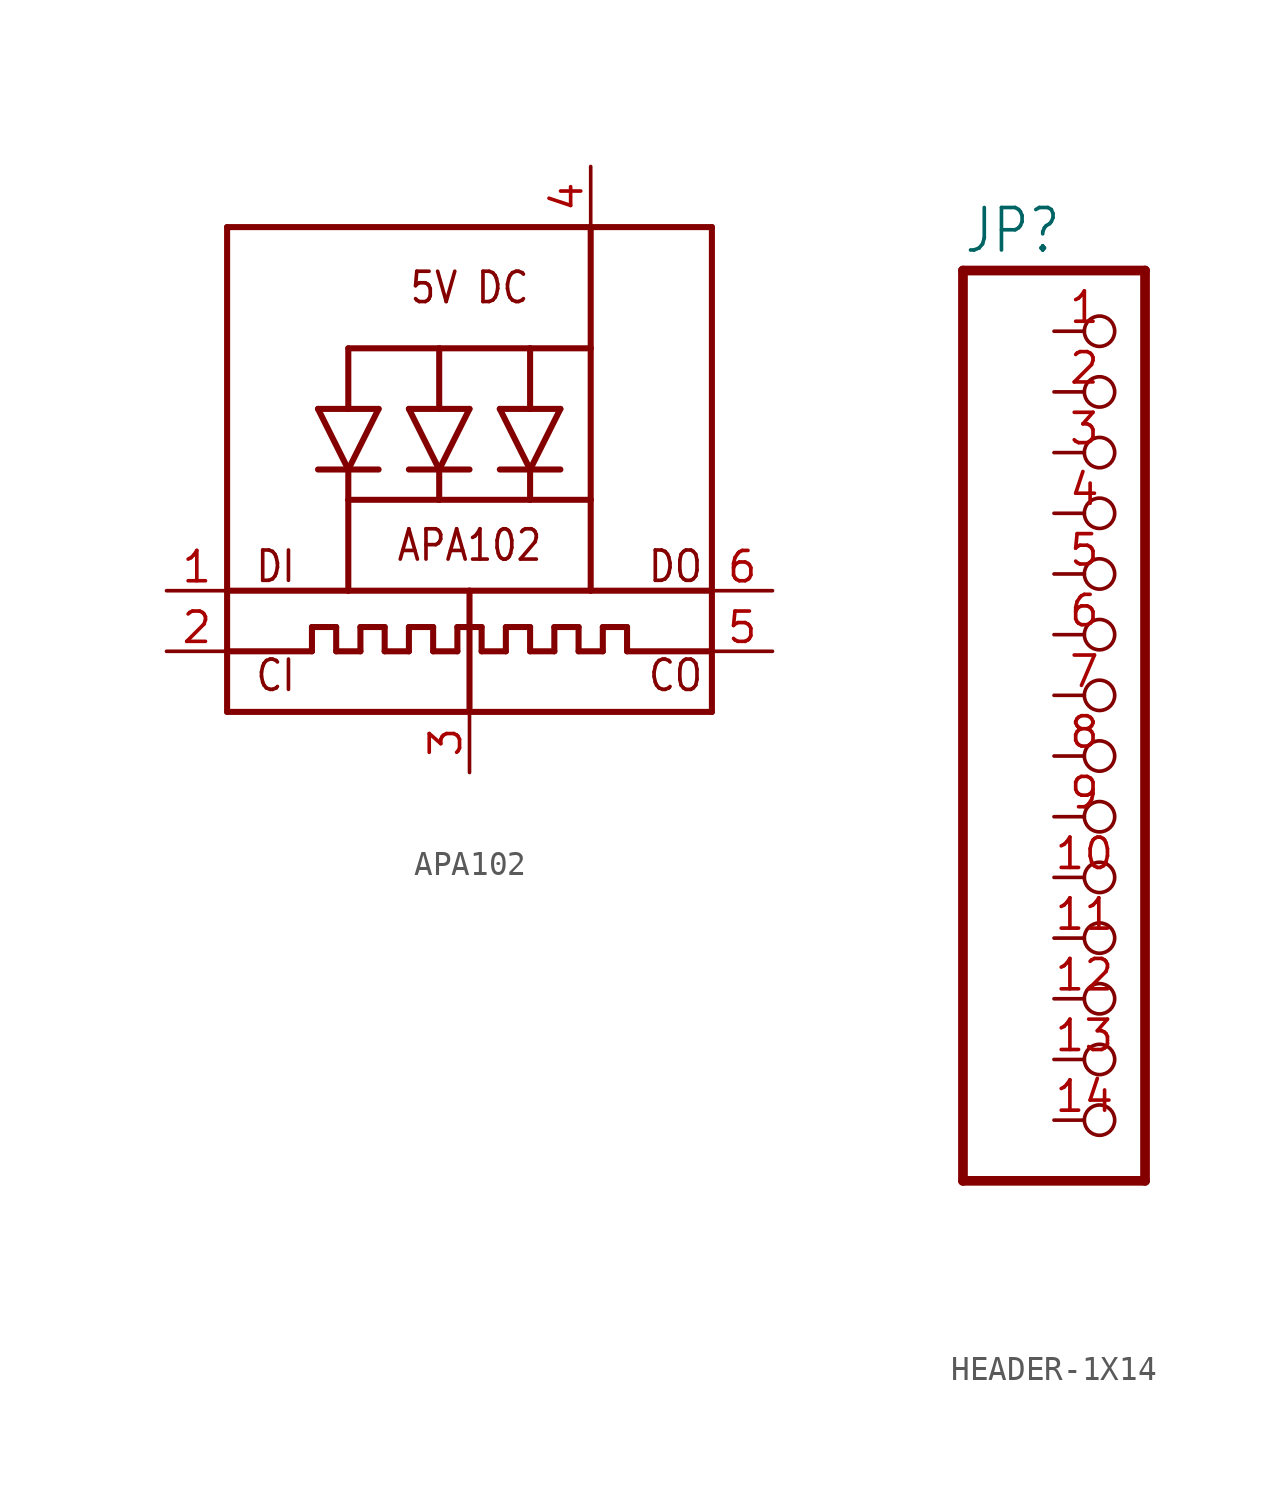
<source format=kicad_sym>
(kicad_symbol_lib
  (version 20231120)
  (generator "kicad_symbol_editor")
  (generator_version "8.0")
  (symbol "APA102"
    (property "Reference" ""
      (at -10.16 11.176 0)
      (effects (font (size 1.27 1.079)) (justify left bottom) (hide yes)))
    (property "Value" ""
      (at -10.16 -12.7 0)
      (effects (font (size 1.27 1.079)) (justify left bottom)))
    (property "ki_locked" ""
      (at 0 0 0)
      (effects (font (size 1.27 1.27))))
    (symbol "APA102_1_0"
      (polyline (pts (xy -10.16 -10.16) (xy 0 -10.16)) (stroke (width 0.254) (type solid)) (fill (type none)))
      (polyline (pts (xy -10.16 -7.62) (xy -10.16 -10.16)) (stroke (width 0.254) (type solid)) (fill (type none)))
      (polyline (pts (xy -10.16 -7.62) (xy -6.604 -7.62)) (stroke (width 0.254) (type solid)) (fill (type none)))
      (polyline (pts (xy -10.16 -5.08) (xy -10.16 -7.62)) (stroke (width 0.254) (type solid)) (fill (type none)))
      (polyline (pts (xy -10.16 10.16) (xy -10.16 -5.08)) (stroke (width 0.254) (type solid)) (fill (type none)))
      (polyline (pts (xy -6.604 -7.62) (xy -6.604 -6.604)) (stroke (width 0.254) (type solid)) (fill (type none)))
      (polyline (pts (xy -6.604 -6.604) (xy -5.588 -6.604)) (stroke (width 0.254) (type solid)) (fill (type none)))
      (polyline (pts (xy -6.35 0) (xy -5.08 0)) (stroke (width 0.254) (type solid)) (fill (type none)))
      (polyline (pts (xy -6.35 2.54) (xy -5.08 2.54)) (stroke (width 0.254) (type solid)) (fill (type none)))
      (polyline (pts (xy -5.588 -7.62) (xy -4.572 -7.62)) (stroke (width 0.254) (type solid)) (fill (type none)))
      (polyline (pts (xy -5.588 -6.604) (xy -5.588 -7.62)) (stroke (width 0.254) (type solid)) (fill (type none)))
      (polyline (pts (xy -5.08 -5.08) (xy -10.16 -5.08)) (stroke (width 0.254) (type solid)) (fill (type none)))
      (polyline (pts (xy -5.08 -5.08) (xy 0 -5.08)) (stroke (width 0.254) (type solid)) (fill (type none)))
      (polyline (pts (xy -5.08 -1.27) (xy -5.08 -5.08)) (stroke (width 0.254) (type solid)) (fill (type none)))
      (polyline (pts (xy -5.08 0) (xy -6.35 2.54)) (stroke (width 0.254) (type solid)) (fill (type none)))
      (polyline (pts (xy -5.08 0) (xy -5.08 -1.27)) (stroke (width 0.254) (type solid)) (fill (type none)))
      (polyline (pts (xy -5.08 0) (xy -3.81 2.54)) (stroke (width 0.254) (type solid)) (fill (type none)))
      (polyline (pts (xy -5.08 2.54) (xy -3.81 2.54)) (stroke (width 0.254) (type solid)) (fill (type none)))
      (polyline (pts (xy -5.08 5.08) (xy -5.08 2.54)) (stroke (width 0.254) (type solid)) (fill (type none)))
      (polyline (pts (xy -4.572 -7.62) (xy -4.572 -6.604)) (stroke (width 0.254) (type solid)) (fill (type none)))
      (polyline (pts (xy -4.572 -6.604) (xy -3.556 -6.604)) (stroke (width 0.254) (type solid)) (fill (type none)))
      (polyline (pts (xy -3.81 0) (xy -5.08 0)) (stroke (width 0.254) (type solid)) (fill (type none)))
      (polyline (pts (xy -3.556 -7.62) (xy -2.54 -7.62)) (stroke (width 0.254) (type solid)) (fill (type none)))
      (polyline (pts (xy -3.556 -6.604) (xy -3.556 -7.62)) (stroke (width 0.254) (type solid)) (fill (type none)))
      (polyline (pts (xy -2.54 -7.62) (xy -2.54 -6.604)) (stroke (width 0.254) (type solid)) (fill (type none)))
      (polyline (pts (xy -2.54 -6.604) (xy -1.524 -6.604)) (stroke (width 0.254) (type solid)) (fill (type none)))
      (polyline (pts (xy -2.54 0) (xy -1.27 0)) (stroke (width 0.254) (type solid)) (fill (type none)))
      (polyline (pts (xy -2.54 2.54) (xy 0 2.54)) (stroke (width 0.254) (type solid)) (fill (type none)))
      (polyline (pts (xy -1.524 -7.62) (xy -0.508 -7.62)) (stroke (width 0.254) (type solid)) (fill (type none)))
      (polyline (pts (xy -1.524 -6.604) (xy -1.524 -7.62)) (stroke (width 0.254) (type solid)) (fill (type none)))
      (polyline (pts (xy -1.27 -1.27) (xy -5.08 -1.27)) (stroke (width 0.254) (type solid)) (fill (type none)))
      (polyline (pts (xy -1.27 0) (xy -2.54 2.54)) (stroke (width 0.254) (type solid)) (fill (type none)))
      (polyline (pts (xy -1.27 0) (xy -1.27 -1.27)) (stroke (width 0.254) (type solid)) (fill (type none)))
      (polyline (pts (xy -1.27 0) (xy 0 0)) (stroke (width 0.254) (type solid)) (fill (type none)))
      (polyline (pts (xy -1.27 2.54) (xy -1.27 5.08)) (stroke (width 0.254) (type solid)) (fill (type none)))
      (polyline (pts (xy -1.27 5.08) (xy -5.08 5.08)) (stroke (width 0.254) (type solid)) (fill (type none)))
      (polyline (pts (xy -0.508 -7.62) (xy -0.508 -6.604)) (stroke (width 0.254) (type solid)) (fill (type none)))
      (polyline (pts (xy -0.508 -6.604) (xy 0.508 -6.604)) (stroke (width 0.254) (type solid)) (fill (type none)))
      (polyline (pts (xy 0 -10.16) (xy 10.16 -10.16)) (stroke (width 0.254) (type solid)) (fill (type none)))
      (polyline (pts (xy 0 -5.08) (xy 0 -10.16)) (stroke (width 0.254) (type solid)) (fill (type none)))
      (polyline (pts (xy 0 -5.08) (xy 5.08 -5.08)) (stroke (width 0.254) (type solid)) (fill (type none)))
      (polyline (pts (xy 0 2.54) (xy -1.27 0)) (stroke (width 0.254) (type solid)) (fill (type none)))
      (polyline (pts (xy 0.508 -7.62) (xy 1.524 -7.62)) (stroke (width 0.254) (type solid)) (fill (type none)))
      (polyline (pts (xy 0.508 -6.604) (xy 0.508 -7.62)) (stroke (width 0.254) (type solid)) (fill (type none)))
      (polyline (pts (xy 1.27 2.54) (xy 2.54 0)) (stroke (width 0.254) (type solid)) (fill (type none)))
      (polyline (pts (xy 1.27 2.54) (xy 2.54 2.54)) (stroke (width 0.254) (type solid)) (fill (type none)))
      (polyline (pts (xy 1.524 -7.62) (xy 1.524 -6.604)) (stroke (width 0.254) (type solid)) (fill (type none)))
      (polyline (pts (xy 1.524 -6.604) (xy 2.54 -6.604)) (stroke (width 0.254) (type solid)) (fill (type none)))
      (polyline (pts (xy 2.54 -7.62) (xy 3.556 -7.62)) (stroke (width 0.254) (type solid)) (fill (type none)))
      (polyline (pts (xy 2.54 -6.604) (xy 2.54 -7.62)) (stroke (width 0.254) (type solid)) (fill (type none)))
      (polyline (pts (xy 2.54 -1.27) (xy -1.27 -1.27)) (stroke (width 0.254) (type solid)) (fill (type none)))
      (polyline (pts (xy 2.54 0) (xy 1.27 0)) (stroke (width 0.254) (type solid)) (fill (type none)))
      (polyline (pts (xy 2.54 0) (xy 2.54 -1.27)) (stroke (width 0.254) (type solid)) (fill (type none)))
      (polyline (pts (xy 2.54 0) (xy 3.81 0)) (stroke (width 0.254) (type solid)) (fill (type none)))
      (polyline (pts (xy 2.54 0) (xy 3.81 2.54)) (stroke (width 0.254) (type solid)) (fill (type none)))
      (polyline (pts (xy 2.54 2.54) (xy 2.54 5.08)) (stroke (width 0.254) (type solid)) (fill (type none)))
      (polyline (pts (xy 2.54 5.08) (xy -1.27 5.08)) (stroke (width 0.254) (type solid)) (fill (type none)))
      (polyline (pts (xy 2.54 5.08) (xy 5.08 5.08)) (stroke (width 0.254) (type solid)) (fill (type none)))
      (polyline (pts (xy 3.556 -7.62) (xy 3.556 -6.604)) (stroke (width 0.254) (type solid)) (fill (type none)))
      (polyline (pts (xy 3.556 -6.604) (xy 4.572 -6.604)) (stroke (width 0.254) (type solid)) (fill (type none)))
      (polyline (pts (xy 3.81 2.54) (xy 2.54 2.54)) (stroke (width 0.254) (type solid)) (fill (type none)))
      (polyline (pts (xy 4.572 -7.62) (xy 5.588 -7.62)) (stroke (width 0.254) (type solid)) (fill (type none)))
      (polyline (pts (xy 4.572 -6.604) (xy 4.572 -7.62)) (stroke (width 0.254) (type solid)) (fill (type none)))
      (polyline (pts (xy 5.08 -5.08) (xy 5.08 -1.27)) (stroke (width 0.254) (type solid)) (fill (type none)))
      (polyline (pts (xy 5.08 -5.08) (xy 10.16 -5.08)) (stroke (width 0.254) (type solid)) (fill (type none)))
      (polyline (pts (xy 5.08 -1.27) (xy 2.54 -1.27)) (stroke (width 0.254) (type solid)) (fill (type none)))
      (polyline (pts (xy 5.08 5.08) (xy 5.08 -1.27)) (stroke (width 0.254) (type solid)) (fill (type none)))
      (polyline (pts (xy 5.08 10.16) (xy -10.16 10.16)) (stroke (width 0.254) (type solid)) (fill (type none)))
      (polyline (pts (xy 5.08 10.16) (xy 5.08 5.08)) (stroke (width 0.254) (type solid)) (fill (type none)))
      (polyline (pts (xy 5.588 -7.62) (xy 5.588 -6.604)) (stroke (width 0.254) (type solid)) (fill (type none)))
      (polyline (pts (xy 5.588 -6.604) (xy 6.604 -6.604)) (stroke (width 0.254) (type solid)) (fill (type none)))
      (polyline (pts (xy 6.604 -7.62) (xy 10.16 -7.62)) (stroke (width 0.254) (type solid)) (fill (type none)))
      (polyline (pts (xy 6.604 -6.604) (xy 6.604 -7.62)) (stroke (width 0.254) (type solid)) (fill (type none)))
      (polyline (pts (xy 10.16 -10.16) (xy 10.16 -7.62)) (stroke (width 0.254) (type solid)) (fill (type none)))
      (polyline (pts (xy 10.16 -7.62) (xy 10.16 -5.08)) (stroke (width 0.254) (type solid)) (fill (type none)))
      (polyline (pts (xy 10.16 -5.08) (xy 10.16 10.16)) (stroke (width 0.254) (type solid)) (fill (type none)))
      (polyline (pts (xy 10.16 10.16) (xy 5.08 10.16)) (stroke (width 0.254) (type solid)) (fill (type none)))
      (text "5V DC" (at 0 7.62 0) (effects (font (size 1.27 1.079))))
      (text "APA102" (at 0 -3.175 0) (effects (font (size 1.27 1.079))))
      (text "CI" (at -8.128 -8.636 0) (effects (font (size 1.27 1.079))))
      (text "CO" (at 8.636 -8.636 0) (effects (font (size 1.27 1.079))))
      (text "DI" (at -8.128 -4.064 0) (effects (font (size 1.27 1.079))))
      (text "DO" (at 8.636 -4.064 0) (effects (font (size 1.27 1.079))))
      (pin input line (at -12.7 -5.08 0) (length 2.54) (name "DI" (effects (font (size 0 0)))) (number "1" (effects (font (size 1.27 1.27)))))
      (pin input line (at -12.7 -7.62 0) (length 2.54) (name "CKI" (effects (font (size 0 0)))) (number "2" (effects (font (size 1.27 1.27)))))
      (pin power_in line (at 0 -12.7 90) (length 2.54) (name "GND" (effects (font (size 0 0)))) (number "3" (effects (font (size 1.27 1.27)))))
      (pin power_in line (at 5.08 12.7 270) (length 2.54) (name "VDD" (effects (font (size 0 0)))) (number "4" (effects (font (size 1.27 1.27)))))
      (pin output line (at 12.7 -7.62 180) (length 2.54) (name "CKO" (effects (font (size 0 0)))) (number "5" (effects (font (size 1.27 1.27)))))
      (pin output line (at 12.7 -5.08 180) (length 2.54) (name "DO" (effects (font (size 0 0)))) (number "6" (effects (font (size 1.27 1.27)))))))
  (symbol "HEADER-1X14"
    (property "Reference" "JP"
      (at -6.35 20.955 0)
      (effects (font (size 1.778 1.511)) (justify left bottom)))
    (property "Value" ""
      (at -6.35 -20.32 0)
      (effects (font (size 1.778 1.511)) (justify left bottom)))
    (property "ki_locked" ""
      (at 0 0 0)
      (effects (font (size 1.27 1.27))))
    (symbol "HEADER-1X14_1_0"
      (polyline (pts (xy -6.35 -17.78) (xy 1.27 -17.78)) (stroke (width 0.406) (type solid)) (fill (type none)))
      (polyline (pts (xy -6.35 20.32) (xy -6.35 -17.78)) (stroke (width 0.406) (type solid)) (fill (type none)))
      (polyline (pts (xy 1.27 -17.78) (xy 1.27 20.32)) (stroke (width 0.406) (type solid)) (fill (type none)))
      (polyline (pts (xy 1.27 20.32) (xy -6.35 20.32)) (stroke (width 0.406) (type solid)) (fill (type none)))
      (pin passive inverted (at -2.54 17.78 0) (length 2.54) (name "1" (effects (font (size 0 0)))) (number "1" (effects (font (size 1.27 1.27)))))
      (pin passive inverted (at -2.54 -5.08 0) (length 2.54) (name "10" (effects (font (size 0 0)))) (number "10" (effects (font (size 1.27 1.27)))))
      (pin passive inverted (at -2.54 -7.62 0) (length 2.54) (name "11" (effects (font (size 0 0)))) (number "11" (effects (font (size 1.27 1.27)))))
      (pin passive inverted (at -2.54 -10.16 0) (length 2.54) (name "12" (effects (font (size 0 0)))) (number "12" (effects (font (size 1.27 1.27)))))
      (pin passive inverted (at -2.54 -12.7 0) (length 2.54) (name "13" (effects (font (size 0 0)))) (number "13" (effects (font (size 1.27 1.27)))))
      (pin passive inverted (at -2.54 -15.24 0) (length 2.54) (name "14" (effects (font (size 0 0)))) (number "14" (effects (font (size 1.27 1.27)))))
      (pin passive inverted (at -2.54 15.24 0) (length 2.54) (name "2" (effects (font (size 0 0)))) (number "2" (effects (font (size 1.27 1.27)))))
      (pin passive inverted (at -2.54 12.7 0) (length 2.54) (name "3" (effects (font (size 0 0)))) (number "3" (effects (font (size 1.27 1.27)))))
      (pin passive inverted (at -2.54 10.16 0) (length 2.54) (name "4" (effects (font (size 0 0)))) (number "4" (effects (font (size 1.27 1.27)))))
      (pin passive inverted (at -2.54 7.62 0) (length 2.54) (name "5" (effects (font (size 0 0)))) (number "5" (effects (font (size 1.27 1.27)))))
      (pin passive inverted (at -2.54 5.08 0) (length 2.54) (name "6" (effects (font (size 0 0)))) (number "6" (effects (font (size 1.27 1.27)))))
      (pin passive inverted (at -2.54 2.54 0) (length 2.54) (name "7" (effects (font (size 0 0)))) (number "7" (effects (font (size 1.27 1.27)))))
      (pin passive inverted (at -2.54 0 0) (length 2.54) (name "8" (effects (font (size 0 0)))) (number "8" (effects (font (size 1.27 1.27)))))
      (pin passive inverted (at -2.54 -2.54 0) (length 2.54) (name "9" (effects (font (size 0 0)))) (number "9" (effects (font (size 1.27 1.27))))))))
</source>
